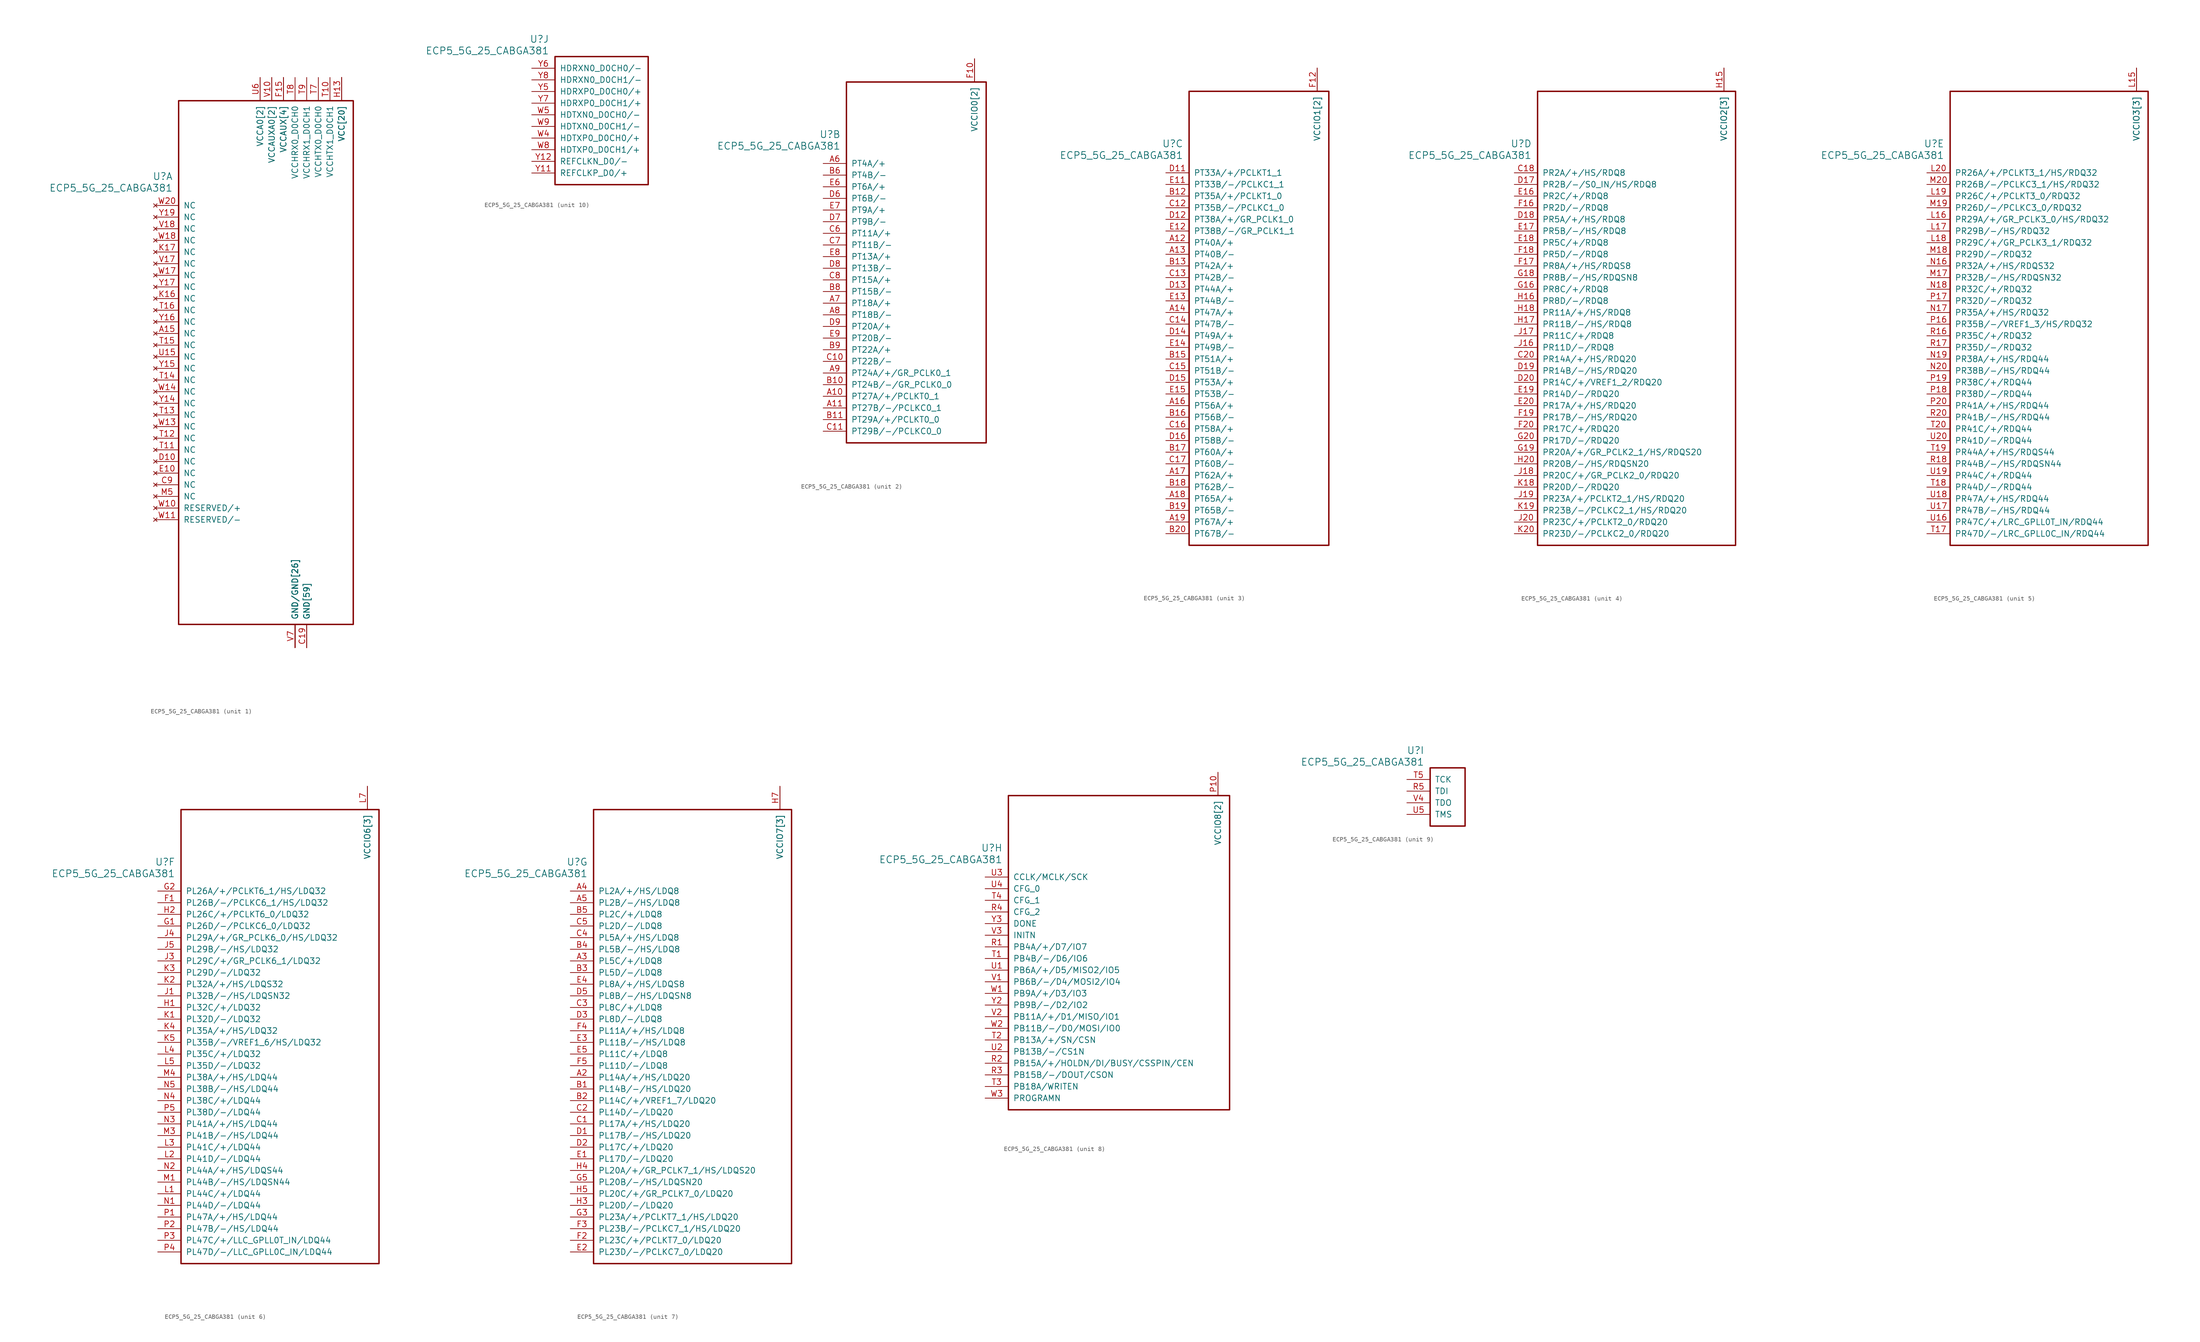
<source format=kicad_sym>
(kicad_symbol_lib
  (version 20211014)
  (generator kicad_symbol_editor)
  (symbol "ECP5_5G_25_CABGA381"
    (pin_names
      (offset 1.016))
    (property "Reference" "U"
      (at 3.81 6.35 0)
      (effects (font (size 1.524 1.524)) (justify right)))
    (property "Value" "ECP5_5G_25_CABGA381"
      (at 3.81 3.81 0)
      (effects (font (size 1.524 1.524)) (justify right)))
    (property "ki_locked" ""
      (at 0 0 0)
      (effects (font (size 1.27 1.27))))
    (symbol "ECP5_5G_25_CABGA381_1_1"
      (rectangle (start 5.08 22.86) (end 43.18 -91.44) (stroke (width 0.305) (type default) (color 0 0 0 0)) (fill (type none)))
      (pin no_connect line (at 0 -27.94 0) (length 5.08) (name "NC" (effects (font (size 1.27 1.27)))) (number "A15" (effects (font (size 1.27 1.27)))))
      (pin power_in line (at 33.02 -96.52 90) (length 5.08) (name "GND[59]" (effects (font (size 1.27 1.27)))) (number "B14" (effects (font (size 0 0)))))
      (pin power_in line (at 33.02 -96.52 90) (length 5.08) (name "GND[59]" (effects (font (size 1.27 1.27)))) (number "B7" (effects (font (size 0 0)))))
      (pin power_in line (at 33.02 -96.52 90) (length 5.08) (name "GND[59]" (effects (font (size 1.27 1.27)))) (number "C19" (effects (font (size 1.27 1.27)))))
      (pin no_connect line (at 0 -60.96 0) (length 5.08) (name "NC" (effects (font (size 1.27 1.27)))) (number "C9" (effects (font (size 1.27 1.27)))))
      (pin no_connect line (at 0 -55.88 0) (length 5.08) (name "NC" (effects (font (size 1.27 1.27)))) (number "D10" (effects (font (size 1.27 1.27)))))
      (pin power_in line (at 33.02 -96.52 90) (length 5.08) (name "GND[59]" (effects (font (size 1.27 1.27)))) (number "D4" (effects (font (size 0 0)))))
      (pin no_connect line (at 0 -58.42 0) (length 5.08) (name "NC" (effects (font (size 1.27 1.27)))) (number "E10" (effects (font (size 1.27 1.27)))))
      (pin power_in line (at 33.02 -96.52 90) (length 5.08) (name "GND[59]" (effects (font (size 1.27 1.27)))) (number "F13" (effects (font (size 0 0)))))
      (pin power_in line (at 33.02 -96.52 90) (length 5.08) (name "GND[59]" (effects (font (size 1.27 1.27)))) (number "F14" (effects (font (size 0 0)))))
      (pin power_in line (at 27.94 27.94 270) (length 5.08) (name "VCCAUX[4]" (effects (font (size 1.27 1.27)))) (number "F15" (effects (font (size 1.27 1.27)))))
      (pin power_in line (at 27.94 27.94 270) (length 5.08) (name "VCCAUX[4]" (effects (font (size 1.27 1.27)))) (number "F6" (effects (font (size 0 0)))))
      (pin power_in line (at 33.02 -96.52 90) (length 5.08) (name "GND[59]" (effects (font (size 1.27 1.27)))) (number "F7" (effects (font (size 0 0)))))
      (pin power_in line (at 33.02 -96.52 90) (length 5.08) (name "GND[59]" (effects (font (size 1.27 1.27)))) (number "F8" (effects (font (size 0 0)))))
      (pin power_in line (at 33.02 -96.52 90) (length 5.08) (name "GND[59]" (effects (font (size 1.27 1.27)))) (number "G10" (effects (font (size 0 0)))))
      (pin power_in line (at 33.02 -96.52 90) (length 5.08) (name "GND[59]" (effects (font (size 1.27 1.27)))) (number "G11" (effects (font (size 0 0)))))
      (pin power_in line (at 33.02 -96.52 90) (length 5.08) (name "GND[59]" (effects (font (size 1.27 1.27)))) (number "G12" (effects (font (size 0 0)))))
      (pin power_in line (at 33.02 -96.52 90) (length 5.08) (name "GND[59]" (effects (font (size 1.27 1.27)))) (number "G13" (effects (font (size 0 0)))))
      (pin power_in line (at 33.02 -96.52 90) (length 5.08) (name "GND[59]" (effects (font (size 1.27 1.27)))) (number "G14" (effects (font (size 0 0)))))
      (pin power_in line (at 33.02 -96.52 90) (length 5.08) (name "GND[59]" (effects (font (size 1.27 1.27)))) (number "G15" (effects (font (size 0 0)))))
      (pin power_in line (at 33.02 -96.52 90) (length 5.08) (name "GND[59]" (effects (font (size 1.27 1.27)))) (number "G17" (effects (font (size 0 0)))))
      (pin power_in line (at 33.02 -96.52 90) (length 5.08) (name "GND[59]" (effects (font (size 1.27 1.27)))) (number "G4" (effects (font (size 0 0)))))
      (pin power_in line (at 33.02 -96.52 90) (length 5.08) (name "GND[59]" (effects (font (size 1.27 1.27)))) (number "G6" (effects (font (size 0 0)))))
      (pin power_in line (at 33.02 -96.52 90) (length 5.08) (name "GND[59]" (effects (font (size 1.27 1.27)))) (number "G7" (effects (font (size 0 0)))))
      (pin power_in line (at 33.02 -96.52 90) (length 5.08) (name "GND[59]" (effects (font (size 1.27 1.27)))) (number "G8" (effects (font (size 0 0)))))
      (pin power_in line (at 33.02 -96.52 90) (length 5.08) (name "GND[59]" (effects (font (size 1.27 1.27)))) (number "G9" (effects (font (size 0 0)))))
      (pin power_in line (at 40.64 27.94 270) (length 5.08) (name "VCC[20]" (effects (font (size 1.27 1.27)))) (number "H10" (effects (font (size 0 0)))))
      (pin power_in line (at 40.64 27.94 270) (length 5.08) (name "VCC[20]" (effects (font (size 1.27 1.27)))) (number "H11" (effects (font (size 0 0)))))
      (pin power_in line (at 40.64 27.94 270) (length 5.08) (name "VCC[20]" (effects (font (size 1.27 1.27)))) (number "H12" (effects (font (size 0 0)))))
      (pin power_in line (at 40.64 27.94 270) (length 5.08) (name "VCC[20]" (effects (font (size 1.27 1.27)))) (number "H13" (effects (font (size 1.27 1.27)))))
      (pin power_in line (at 33.02 -96.52 90) (length 5.08) (name "GND[59]" (effects (font (size 1.27 1.27)))) (number "H19" (effects (font (size 0 0)))))
      (pin power_in line (at 40.64 27.94 270) (length 5.08) (name "VCC[20]" (effects (font (size 1.27 1.27)))) (number "H8" (effects (font (size 0 0)))))
      (pin power_in line (at 40.64 27.94 270) (length 5.08) (name "VCC[20]" (effects (font (size 1.27 1.27)))) (number "H9" (effects (font (size 0 0)))))
      (pin power_in line (at 33.02 -96.52 90) (length 5.08) (name "GND[59]" (effects (font (size 1.27 1.27)))) (number "J10" (effects (font (size 0 0)))))
      (pin power_in line (at 33.02 -96.52 90) (length 5.08) (name "GND[59]" (effects (font (size 1.27 1.27)))) (number "J11" (effects (font (size 0 0)))))
      (pin power_in line (at 33.02 -96.52 90) (length 5.08) (name "GND[59]" (effects (font (size 1.27 1.27)))) (number "J12" (effects (font (size 0 0)))))
      (pin power_in line (at 40.64 27.94 270) (length 5.08) (name "VCC[20]" (effects (font (size 1.27 1.27)))) (number "J13" (effects (font (size 0 0)))))
      (pin power_in line (at 33.02 -96.52 90) (length 5.08) (name "GND[59]" (effects (font (size 1.27 1.27)))) (number "J14" (effects (font (size 0 0)))))
      (pin power_in line (at 33.02 -96.52 90) (length 5.08) (name "GND[59]" (effects (font (size 1.27 1.27)))) (number "J2" (effects (font (size 0 0)))))
      (pin power_in line (at 33.02 -96.52 90) (length 5.08) (name "GND[59]" (effects (font (size 1.27 1.27)))) (number "J7" (effects (font (size 0 0)))))
      (pin power_in line (at 40.64 27.94 270) (length 5.08) (name "VCC[20]" (effects (font (size 1.27 1.27)))) (number "J8" (effects (font (size 0 0)))))
      (pin power_in line (at 33.02 -96.52 90) (length 5.08) (name "GND[59]" (effects (font (size 1.27 1.27)))) (number "J9" (effects (font (size 0 0)))))
      (pin power_in line (at 33.02 -96.52 90) (length 5.08) (name "GND[59]" (effects (font (size 1.27 1.27)))) (number "K10" (effects (font (size 0 0)))))
      (pin power_in line (at 33.02 -96.52 90) (length 5.08) (name "GND[59]" (effects (font (size 1.27 1.27)))) (number "K11" (effects (font (size 0 0)))))
      (pin power_in line (at 33.02 -96.52 90) (length 5.08) (name "GND[59]" (effects (font (size 1.27 1.27)))) (number "K12" (effects (font (size 0 0)))))
      (pin power_in line (at 40.64 27.94 270) (length 5.08) (name "VCC[20]" (effects (font (size 1.27 1.27)))) (number "K13" (effects (font (size 0 0)))))
      (pin power_in line (at 33.02 -96.52 90) (length 5.08) (name "GND[59]" (effects (font (size 1.27 1.27)))) (number "K14" (effects (font (size 0 0)))))
      (pin power_in line (at 33.02 -96.52 90) (length 5.08) (name "GND[59]" (effects (font (size 1.27 1.27)))) (number "K15" (effects (font (size 0 0)))))
      (pin no_connect line (at 0 -20.32 0) (length 5.08) (name "NC" (effects (font (size 1.27 1.27)))) (number "K16" (effects (font (size 1.27 1.27)))))
      (pin no_connect line (at 0 -10.16 0) (length 5.08) (name "NC" (effects (font (size 1.27 1.27)))) (number "K17" (effects (font (size 1.27 1.27)))))
      (pin power_in line (at 33.02 -96.52 90) (length 5.08) (name "GND[59]" (effects (font (size 1.27 1.27)))) (number "K6" (effects (font (size 0 0)))))
      (pin power_in line (at 33.02 -96.52 90) (length 5.08) (name "GND[59]" (effects (font (size 1.27 1.27)))) (number "K7" (effects (font (size 0 0)))))
      (pin power_in line (at 40.64 27.94 270) (length 5.08) (name "VCC[20]" (effects (font (size 1.27 1.27)))) (number "K8" (effects (font (size 0 0)))))
      (pin power_in line (at 33.02 -96.52 90) (length 5.08) (name "GND[59]" (effects (font (size 1.27 1.27)))) (number "K9" (effects (font (size 0 0)))))
      (pin power_in line (at 33.02 -96.52 90) (length 5.08) (name "GND[59]" (effects (font (size 1.27 1.27)))) (number "L10" (effects (font (size 0 0)))))
      (pin power_in line (at 33.02 -96.52 90) (length 5.08) (name "GND[59]" (effects (font (size 1.27 1.27)))) (number "L11" (effects (font (size 0 0)))))
      (pin power_in line (at 33.02 -96.52 90) (length 5.08) (name "GND[59]" (effects (font (size 1.27 1.27)))) (number "L12" (effects (font (size 0 0)))))
      (pin power_in line (at 40.64 27.94 270) (length 5.08) (name "VCC[20]" (effects (font (size 1.27 1.27)))) (number "L13" (effects (font (size 0 0)))))
      (pin power_in line (at 40.64 27.94 270) (length 5.08) (name "VCC[20]" (effects (font (size 1.27 1.27)))) (number "L8" (effects (font (size 0 0)))))
      (pin power_in line (at 33.02 -96.52 90) (length 5.08) (name "GND[59]" (effects (font (size 1.27 1.27)))) (number "L9" (effects (font (size 0 0)))))
      (pin power_in line (at 33.02 -96.52 90) (length 5.08) (name "GND[59]" (effects (font (size 1.27 1.27)))) (number "M10" (effects (font (size 0 0)))))
      (pin power_in line (at 33.02 -96.52 90) (length 5.08) (name "GND[59]" (effects (font (size 1.27 1.27)))) (number "M11" (effects (font (size 0 0)))))
      (pin power_in line (at 33.02 -96.52 90) (length 5.08) (name "GND[59]" (effects (font (size 1.27 1.27)))) (number "M12" (effects (font (size 0 0)))))
      (pin power_in line (at 40.64 27.94 270) (length 5.08) (name "VCC[20]" (effects (font (size 1.27 1.27)))) (number "M13" (effects (font (size 0 0)))))
      (pin power_in line (at 33.02 -96.52 90) (length 5.08) (name "GND[59]" (effects (font (size 1.27 1.27)))) (number "M14" (effects (font (size 0 0)))))
      (pin power_in line (at 33.02 -96.52 90) (length 5.08) (name "GND[59]" (effects (font (size 1.27 1.27)))) (number "M16" (effects (font (size 0 0)))))
      (pin power_in line (at 33.02 -96.52 90) (length 5.08) (name "GND[59]" (effects (font (size 1.27 1.27)))) (number "M2" (effects (font (size 0 0)))))
      (pin no_connect line (at 0 -63.5 0) (length 5.08) (name "NC" (effects (font (size 1.27 1.27)))) (number "M5" (effects (font (size 1.27 1.27)))))
      (pin power_in line (at 33.02 -96.52 90) (length 5.08) (name "GND[59]" (effects (font (size 1.27 1.27)))) (number "M7" (effects (font (size 0 0)))))
      (pin power_in line (at 40.64 27.94 270) (length 5.08) (name "VCC[20]" (effects (font (size 1.27 1.27)))) (number "M8" (effects (font (size 0 0)))))
      (pin power_in line (at 33.02 -96.52 90) (length 5.08) (name "GND[59]" (effects (font (size 1.27 1.27)))) (number "M9" (effects (font (size 0 0)))))
      (pin power_in line (at 40.64 27.94 270) (length 5.08) (name "VCC[20]" (effects (font (size 1.27 1.27)))) (number "N10" (effects (font (size 0 0)))))
      (pin power_in line (at 40.64 27.94 270) (length 5.08) (name "VCC[20]" (effects (font (size 1.27 1.27)))) (number "N11" (effects (font (size 0 0)))))
      (pin power_in line (at 40.64 27.94 270) (length 5.08) (name "VCC[20]" (effects (font (size 1.27 1.27)))) (number "N12" (effects (font (size 0 0)))))
      (pin power_in line (at 40.64 27.94 270) (length 5.08) (name "VCC[20]" (effects (font (size 1.27 1.27)))) (number "N13" (effects (font (size 0 0)))))
      (pin power_in line (at 33.02 -96.52 90) (length 5.08) (name "GND[59]" (effects (font (size 1.27 1.27)))) (number "N14" (effects (font (size 0 0)))))
      (pin power_in line (at 33.02 -96.52 90) (length 5.08) (name "GND[59]" (effects (font (size 1.27 1.27)))) (number "N15" (effects (font (size 0 0)))))
      (pin power_in line (at 33.02 -96.52 90) (length 5.08) (name "GND[59]" (effects (font (size 1.27 1.27)))) (number "N6" (effects (font (size 0 0)))))
      (pin power_in line (at 33.02 -96.52 90) (length 5.08) (name "GND[59]" (effects (font (size 1.27 1.27)))) (number "N7" (effects (font (size 0 0)))))
      (pin power_in line (at 40.64 27.94 270) (length 5.08) (name "VCC[20]" (effects (font (size 1.27 1.27)))) (number "N8" (effects (font (size 0 0)))))
      (pin power_in line (at 40.64 27.94 270) (length 5.08) (name "VCC[20]" (effects (font (size 1.27 1.27)))) (number "N9" (effects (font (size 0 0)))))
      (pin power_in line (at 33.02 -96.52 90) (length 5.08) (name "GND[59]" (effects (font (size 1.27 1.27)))) (number "P11" (effects (font (size 0 0)))))
      (pin power_in line (at 33.02 -96.52 90) (length 5.08) (name "GND[59]" (effects (font (size 1.27 1.27)))) (number "P12" (effects (font (size 0 0)))))
      (pin power_in line (at 33.02 -96.52 90) (length 5.08) (name "GND[59]" (effects (font (size 1.27 1.27)))) (number "P13" (effects (font (size 0 0)))))
      (pin power_in line (at 33.02 -96.52 90) (length 5.08) (name "GND[59]" (effects (font (size 1.27 1.27)))) (number "P14" (effects (font (size 0 0)))))
      (pin power_in line (at 27.94 27.94 270) (length 5.08) (name "VCCAUX[4]" (effects (font (size 1.27 1.27)))) (number "P15" (effects (font (size 0 0)))))
      (pin power_in line (at 27.94 27.94 270) (length 5.08) (name "VCCAUX[4]" (effects (font (size 1.27 1.27)))) (number "P6" (effects (font (size 0 0)))))
      (pin power_in line (at 33.02 -96.52 90) (length 5.08) (name "GND[59]" (effects (font (size 1.27 1.27)))) (number "P7" (effects (font (size 0 0)))))
      (pin power_in line (at 33.02 -96.52 90) (length 5.08) (name "GND[59]" (effects (font (size 1.27 1.27)))) (number "P8" (effects (font (size 0 0)))))
      (pin power_in line (at 33.02 -96.52 90) (length 5.08) (name "GND[59]" (effects (font (size 1.27 1.27)))) (number "R19" (effects (font (size 0 0)))))
      (pin power_in line (at 38.1 27.94 270) (length 5.08) (name "VCCHTX1_D0CH1" (effects (font (size 1.27 1.27)))) (number "T10" (effects (font (size 1.27 1.27)))))
      (pin no_connect line (at 0 -53.34 0) (length 5.08) (name "NC" (effects (font (size 1.27 1.27)))) (number "T11" (effects (font (size 1.27 1.27)))))
      (pin no_connect line (at 0 -50.8 0) (length 5.08) (name "NC" (effects (font (size 1.27 1.27)))) (number "T12" (effects (font (size 1.27 1.27)))))
      (pin no_connect line (at 0 -45.72 0) (length 5.08) (name "NC" (effects (font (size 1.27 1.27)))) (number "T13" (effects (font (size 1.27 1.27)))))
      (pin no_connect line (at 0 -38.1 0) (length 5.08) (name "NC" (effects (font (size 1.27 1.27)))) (number "T14" (effects (font (size 1.27 1.27)))))
      (pin no_connect line (at 0 -30.48 0) (length 5.08) (name "NC" (effects (font (size 1.27 1.27)))) (number "T15" (effects (font (size 1.27 1.27)))))
      (pin no_connect line (at 0 -22.86 0) (length 5.08) (name "NC" (effects (font (size 1.27 1.27)))) (number "T16" (effects (font (size 1.27 1.27)))))
      (pin power_in line (at 22.86 27.94 270) (length 5.08) (name "VCCA0[2]" (effects (font (size 1.27 1.27)))) (number "T6" (effects (font (size 0 0)))))
      (pin power_in line (at 35.56 27.94 270) (length 5.08) (name "VCCHTX0_D0CH0" (effects (font (size 1.27 1.27)))) (number "T7" (effects (font (size 1.27 1.27)))))
      (pin power_in line (at 30.48 27.94 270) (length 5.08) (name "VCCHRX0_D0CH0" (effects (font (size 1.27 1.27)))) (number "T8" (effects (font (size 1.27 1.27)))))
      (pin power_in line (at 33.02 27.94 270) (length 5.08) (name "VCCHRX1_D0CH1" (effects (font (size 1.27 1.27)))) (number "T9" (effects (font (size 1.27 1.27)))))
      (pin power_in line (at 30.48 -96.52 90) (length 5.08) (name "GND/GND[26]" (effects (font (size 1.27 1.27)))) (number "U10" (effects (font (size 0 0)))))
      (pin power_in line (at 30.48 -96.52 90) (length 5.08) (name "GND/GND[26]" (effects (font (size 1.27 1.27)))) (number "U11" (effects (font (size 0 0)))))
      (pin power_in line (at 30.48 -96.52 90) (length 5.08) (name "GND/GND[26]" (effects (font (size 1.27 1.27)))) (number "U12" (effects (font (size 0 0)))))
      (pin power_in line (at 30.48 -96.52 90) (length 5.08) (name "GND/GND[26]" (effects (font (size 1.27 1.27)))) (number "U13" (effects (font (size 0 0)))))
      (pin power_in line (at 30.48 -96.52 90) (length 5.08) (name "GND/GND[26]" (effects (font (size 1.27 1.27)))) (number "U14" (effects (font (size 0 0)))))
      (pin no_connect line (at 0 -33.02 0) (length 5.08) (name "NC" (effects (font (size 1.27 1.27)))) (number "U15" (effects (font (size 1.27 1.27)))))
      (pin power_in line (at 22.86 27.94 270) (length 5.08) (name "VCCA0[2]" (effects (font (size 1.27 1.27)))) (number "U6" (effects (font (size 1.27 1.27)))))
      (pin power_in line (at 30.48 -96.52 90) (length 5.08) (name "GND/GND[26]" (effects (font (size 1.27 1.27)))) (number "U7" (effects (font (size 0 0)))))
      (pin power_in line (at 30.48 -96.52 90) (length 5.08) (name "GND/GND[26]" (effects (font (size 1.27 1.27)))) (number "U8" (effects (font (size 0 0)))))
      (pin power_in line (at 30.48 -96.52 90) (length 5.08) (name "GND/GND[26]" (effects (font (size 1.27 1.27)))) (number "U9" (effects (font (size 0 0)))))
      (pin power_in line (at 25.4 27.94 270) (length 5.08) (name "VCCAUXA0[2]" (effects (font (size 1.27 1.27)))) (number "V10" (effects (font (size 1.27 1.27)))))
      (pin power_in line (at 25.4 27.94 270) (length 5.08) (name "VCCAUXA0[2]" (effects (font (size 1.27 1.27)))) (number "V11" (effects (font (size 0 0)))))
      (pin power_in line (at 30.48 -96.52 90) (length 5.08) (name "GND/GND[26]" (effects (font (size 1.27 1.27)))) (number "V12" (effects (font (size 0 0)))))
      (pin power_in line (at 30.48 -96.52 90) (length 5.08) (name "GND/GND[26]" (effects (font (size 1.27 1.27)))) (number "V13" (effects (font (size 0 0)))))
      (pin power_in line (at 30.48 -96.52 90) (length 5.08) (name "GND/GND[26]" (effects (font (size 1.27 1.27)))) (number "V14" (effects (font (size 0 0)))))
      (pin power_in line (at 30.48 -96.52 90) (length 5.08) (name "GND/GND[26]" (effects (font (size 1.27 1.27)))) (number "V15" (effects (font (size 0 0)))))
      (pin power_in line (at 30.48 -96.52 90) (length 5.08) (name "GND/GND[26]" (effects (font (size 1.27 1.27)))) (number "V16" (effects (font (size 0 0)))))
      (pin no_connect line (at 0 -12.7 0) (length 5.08) (name "NC" (effects (font (size 1.27 1.27)))) (number "V17" (effects (font (size 1.27 1.27)))))
      (pin no_connect line (at 0 -5.08 0) (length 5.08) (name "NC" (effects (font (size 1.27 1.27)))) (number "V18" (effects (font (size 1.27 1.27)))))
      (pin power_in line (at 30.48 -96.52 90) (length 5.08) (name "GND/GND[26]" (effects (font (size 1.27 1.27)))) (number "V19" (effects (font (size 0 0)))))
      (pin power_in line (at 30.48 -96.52 90) (length 5.08) (name "GND/GND[26]" (effects (font (size 1.27 1.27)))) (number "V20" (effects (font (size 0 0)))))
      (pin power_in line (at 30.48 -96.52 90) (length 5.08) (name "GND/GND[26]" (effects (font (size 1.27 1.27)))) (number "V5" (effects (font (size 0 0)))))
      (pin power_in line (at 30.48 -96.52 90) (length 5.08) (name "GND/GND[26]" (effects (font (size 1.27 1.27)))) (number "V6" (effects (font (size 0 0)))))
      (pin power_in line (at 30.48 -96.52 90) (length 5.08) (name "GND/GND[26]" (effects (font (size 1.27 1.27)))) (number "V7" (effects (font (size 1.27 1.27)))))
      (pin power_in line (at 30.48 -96.52 90) (length 5.08) (name "GND/GND[26]" (effects (font (size 1.27 1.27)))) (number "V8" (effects (font (size 0 0)))))
      (pin power_in line (at 30.48 -96.52 90) (length 5.08) (name "GND/GND[26]" (effects (font (size 1.27 1.27)))) (number "V9" (effects (font (size 0 0)))))
      (pin no_connect line (at 0 -66.04 0) (length 5.08) (name "RESERVED/+" (effects (font (size 1.27 1.27)))) (number "W10" (effects (font (size 1.27 1.27)))))
      (pin no_connect line (at 0 -68.58 0) (length 5.08) (name "RESERVED/-" (effects (font (size 1.27 1.27)))) (number "W11" (effects (font (size 1.27 1.27)))))
      (pin power_in line (at 30.48 -96.52 90) (length 5.08) (name "GND/GND[26]" (effects (font (size 1.27 1.27)))) (number "W12" (effects (font (size 0 0)))))
      (pin no_connect line (at 0 -48.26 0) (length 5.08) (name "NC" (effects (font (size 1.27 1.27)))) (number "W13" (effects (font (size 1.27 1.27)))))
      (pin no_connect line (at 0 -40.64 0) (length 5.08) (name "NC" (effects (font (size 1.27 1.27)))) (number "W14" (effects (font (size 1.27 1.27)))))
      (pin power_in line (at 30.48 -96.52 90) (length 5.08) (name "GND/GND[26]" (effects (font (size 1.27 1.27)))) (number "W15" (effects (font (size 0 0)))))
      (pin power_in line (at 30.48 -96.52 90) (length 5.08) (name "GND/GND[26]" (effects (font (size 1.27 1.27)))) (number "W16" (effects (font (size 0 0)))))
      (pin no_connect line (at 0 -15.24 0) (length 5.08) (name "NC" (effects (font (size 1.27 1.27)))) (number "W17" (effects (font (size 1.27 1.27)))))
      (pin no_connect line (at 0 -7.62 0) (length 5.08) (name "NC" (effects (font (size 1.27 1.27)))) (number "W18" (effects (font (size 1.27 1.27)))))
      (pin power_in line (at 30.48 -96.52 90) (length 5.08) (name "GND/GND[26]" (effects (font (size 1.27 1.27)))) (number "W19" (effects (font (size 0 0)))))
      (pin no_connect line (at 0 0 0) (length 5.08) (name "NC" (effects (font (size 1.27 1.27)))) (number "W20" (effects (font (size 1.27 1.27)))))
      (pin power_in line (at 30.48 -96.52 90) (length 5.08) (name "GND/GND[26]" (effects (font (size 1.27 1.27)))) (number "W6" (effects (font (size 0 0)))))
      (pin power_in line (at 30.48 -96.52 90) (length 5.08) (name "GND/GND[26]" (effects (font (size 1.27 1.27)))) (number "W7" (effects (font (size 0 0)))))
      (pin no_connect line (at 0 -43.18 0) (length 5.08) (name "NC" (effects (font (size 1.27 1.27)))) (number "Y14" (effects (font (size 1.27 1.27)))))
      (pin no_connect line (at 0 -35.56 0) (length 5.08) (name "NC" (effects (font (size 1.27 1.27)))) (number "Y15" (effects (font (size 1.27 1.27)))))
      (pin no_connect line (at 0 -25.4 0) (length 5.08) (name "NC" (effects (font (size 1.27 1.27)))) (number "Y16" (effects (font (size 1.27 1.27)))))
      (pin no_connect line (at 0 -17.78 0) (length 5.08) (name "NC" (effects (font (size 1.27 1.27)))) (number "Y17" (effects (font (size 1.27 1.27)))))
      (pin no_connect line (at 0 -2.54 0) (length 5.08) (name "NC" (effects (font (size 1.27 1.27)))) (number "Y19" (effects (font (size 1.27 1.27))))))
    (symbol "ECP5_5G_25_CABGA381_2_1"
      (rectangle (start 5.08 17.78) (end 35.56 -60.96) (stroke (width 0.305) (type default) (color 0 0 0 0)) (fill (type none)))
      (pin bidirectional line (at 0 -50.8 0) (length 5.08) (name "PT27A/+/PCLKT0_1" (effects (font (size 1.27 1.27)))) (number "A10" (effects (font (size 1.27 1.27)))))
      (pin bidirectional line (at 0 -53.34 0) (length 5.08) (name "PT27B/-/PCLKC0_1" (effects (font (size 1.27 1.27)))) (number "A11" (effects (font (size 1.27 1.27)))))
      (pin bidirectional line (at 0 0 0) (length 5.08) (name "PT4A/+" (effects (font (size 1.27 1.27)))) (number "A6" (effects (font (size 1.27 1.27)))))
      (pin bidirectional line (at 0 -30.48 0) (length 5.08) (name "PT18A/+" (effects (font (size 1.27 1.27)))) (number "A7" (effects (font (size 1.27 1.27)))))
      (pin bidirectional line (at 0 -33.02 0) (length 5.08) (name "PT18B/-" (effects (font (size 1.27 1.27)))) (number "A8" (effects (font (size 1.27 1.27)))))
      (pin bidirectional line (at 0 -45.72 0) (length 5.08) (name "PT24A/+/GR_PCLK0_1" (effects (font (size 1.27 1.27)))) (number "A9" (effects (font (size 1.27 1.27)))))
      (pin bidirectional line (at 0 -48.26 0) (length 5.08) (name "PT24B/-/GR_PCLK0_0" (effects (font (size 1.27 1.27)))) (number "B10" (effects (font (size 1.27 1.27)))))
      (pin bidirectional line (at 0 -55.88 0) (length 5.08) (name "PT29A/+/PCLKT0_0" (effects (font (size 1.27 1.27)))) (number "B11" (effects (font (size 1.27 1.27)))))
      (pin bidirectional line (at 0 -2.54 0) (length 5.08) (name "PT4B/-" (effects (font (size 1.27 1.27)))) (number "B6" (effects (font (size 1.27 1.27)))))
      (pin bidirectional line (at 0 -27.94 0) (length 5.08) (name "PT15B/-" (effects (font (size 1.27 1.27)))) (number "B8" (effects (font (size 1.27 1.27)))))
      (pin bidirectional line (at 0 -40.64 0) (length 5.08) (name "PT22A/+" (effects (font (size 1.27 1.27)))) (number "B9" (effects (font (size 1.27 1.27)))))
      (pin bidirectional line (at 0 -43.18 0) (length 5.08) (name "PT22B/-" (effects (font (size 1.27 1.27)))) (number "C10" (effects (font (size 1.27 1.27)))))
      (pin bidirectional line (at 0 -58.42 0) (length 5.08) (name "PT29B/-/PCLKC0_0" (effects (font (size 1.27 1.27)))) (number "C11" (effects (font (size 1.27 1.27)))))
      (pin bidirectional line (at 0 -15.24 0) (length 5.08) (name "PT11A/+" (effects (font (size 1.27 1.27)))) (number "C6" (effects (font (size 1.27 1.27)))))
      (pin bidirectional line (at 0 -17.78 0) (length 5.08) (name "PT11B/-" (effects (font (size 1.27 1.27)))) (number "C7" (effects (font (size 1.27 1.27)))))
      (pin bidirectional line (at 0 -25.4 0) (length 5.08) (name "PT15A/+" (effects (font (size 1.27 1.27)))) (number "C8" (effects (font (size 1.27 1.27)))))
      (pin bidirectional line (at 0 -7.62 0) (length 5.08) (name "PT6B/-" (effects (font (size 1.27 1.27)))) (number "D6" (effects (font (size 1.27 1.27)))))
      (pin bidirectional line (at 0 -12.7 0) (length 5.08) (name "PT9B/-" (effects (font (size 1.27 1.27)))) (number "D7" (effects (font (size 1.27 1.27)))))
      (pin bidirectional line (at 0 -22.86 0) (length 5.08) (name "PT13B/-" (effects (font (size 1.27 1.27)))) (number "D8" (effects (font (size 1.27 1.27)))))
      (pin bidirectional line (at 0 -35.56 0) (length 5.08) (name "PT20A/+" (effects (font (size 1.27 1.27)))) (number "D9" (effects (font (size 1.27 1.27)))))
      (pin bidirectional line (at 0 -5.08 0) (length 5.08) (name "PT6A/+" (effects (font (size 1.27 1.27)))) (number "E6" (effects (font (size 1.27 1.27)))))
      (pin bidirectional line (at 0 -10.16 0) (length 5.08) (name "PT9A/+" (effects (font (size 1.27 1.27)))) (number "E7" (effects (font (size 1.27 1.27)))))
      (pin bidirectional line (at 0 -20.32 0) (length 5.08) (name "PT13A/+" (effects (font (size 1.27 1.27)))) (number "E8" (effects (font (size 1.27 1.27)))))
      (pin bidirectional line (at 0 -38.1 0) (length 5.08) (name "PT20B/-" (effects (font (size 1.27 1.27)))) (number "E9" (effects (font (size 1.27 1.27)))))
      (pin power_in line (at 33.02 22.86 270) (length 5.08) (name "VCCIO0[2]" (effects (font (size 1.27 1.27)))) (number "F10" (effects (font (size 1.27 1.27)))))
      (pin power_in line (at 33.02 22.86 270) (length 5.08) (name "VCCIO0[2]" (effects (font (size 1.27 1.27)))) (number "F9" (effects (font (size 0 0))))))
    (symbol "ECP5_5G_25_CABGA381_3_1"
      (rectangle (start 5.08 17.78) (end 35.56 -81.28) (stroke (width 0.305) (type default) (color 0 0 0 0)) (fill (type none)))
      (pin bidirectional line (at 0 -15.24 0) (length 5.08) (name "PT40A/+" (effects (font (size 1.27 1.27)))) (number "A12" (effects (font (size 1.27 1.27)))))
      (pin bidirectional line (at 0 -17.78 0) (length 5.08) (name "PT40B/-" (effects (font (size 1.27 1.27)))) (number "A13" (effects (font (size 1.27 1.27)))))
      (pin bidirectional line (at 0 -30.48 0) (length 5.08) (name "PT47A/+" (effects (font (size 1.27 1.27)))) (number "A14" (effects (font (size 1.27 1.27)))))
      (pin bidirectional line (at 0 -50.8 0) (length 5.08) (name "PT56A/+" (effects (font (size 1.27 1.27)))) (number "A16" (effects (font (size 1.27 1.27)))))
      (pin bidirectional line (at 0 -66.04 0) (length 5.08) (name "PT62A/+" (effects (font (size 1.27 1.27)))) (number "A17" (effects (font (size 1.27 1.27)))))
      (pin bidirectional line (at 0 -71.12 0) (length 5.08) (name "PT65A/+" (effects (font (size 1.27 1.27)))) (number "A18" (effects (font (size 1.27 1.27)))))
      (pin bidirectional line (at 0 -76.2 0) (length 5.08) (name "PT67A/+" (effects (font (size 1.27 1.27)))) (number "A19" (effects (font (size 1.27 1.27)))))
      (pin bidirectional line (at 0 -5.08 0) (length 5.08) (name "PT35A/+/PCLKT1_0" (effects (font (size 1.27 1.27)))) (number "B12" (effects (font (size 1.27 1.27)))))
      (pin bidirectional line (at 0 -20.32 0) (length 5.08) (name "PT42A/+" (effects (font (size 1.27 1.27)))) (number "B13" (effects (font (size 1.27 1.27)))))
      (pin bidirectional line (at 0 -40.64 0) (length 5.08) (name "PT51A/+" (effects (font (size 1.27 1.27)))) (number "B15" (effects (font (size 1.27 1.27)))))
      (pin bidirectional line (at 0 -53.34 0) (length 5.08) (name "PT56B/-" (effects (font (size 1.27 1.27)))) (number "B16" (effects (font (size 1.27 1.27)))))
      (pin bidirectional line (at 0 -60.96 0) (length 5.08) (name "PT60A/+" (effects (font (size 1.27 1.27)))) (number "B17" (effects (font (size 1.27 1.27)))))
      (pin bidirectional line (at 0 -68.58 0) (length 5.08) (name "PT62B/-" (effects (font (size 1.27 1.27)))) (number "B18" (effects (font (size 1.27 1.27)))))
      (pin bidirectional line (at 0 -73.66 0) (length 5.08) (name "PT65B/-" (effects (font (size 1.27 1.27)))) (number "B19" (effects (font (size 1.27 1.27)))))
      (pin bidirectional line (at 0 -78.74 0) (length 5.08) (name "PT67B/-" (effects (font (size 1.27 1.27)))) (number "B20" (effects (font (size 1.27 1.27)))))
      (pin bidirectional line (at 0 -7.62 0) (length 5.08) (name "PT35B/-/PCLKC1_0" (effects (font (size 1.27 1.27)))) (number "C12" (effects (font (size 1.27 1.27)))))
      (pin bidirectional line (at 0 -22.86 0) (length 5.08) (name "PT42B/-" (effects (font (size 1.27 1.27)))) (number "C13" (effects (font (size 1.27 1.27)))))
      (pin bidirectional line (at 0 -33.02 0) (length 5.08) (name "PT47B/-" (effects (font (size 1.27 1.27)))) (number "C14" (effects (font (size 1.27 1.27)))))
      (pin bidirectional line (at 0 -43.18 0) (length 5.08) (name "PT51B/-" (effects (font (size 1.27 1.27)))) (number "C15" (effects (font (size 1.27 1.27)))))
      (pin bidirectional line (at 0 -55.88 0) (length 5.08) (name "PT58A/+" (effects (font (size 1.27 1.27)))) (number "C16" (effects (font (size 1.27 1.27)))))
      (pin bidirectional line (at 0 -63.5 0) (length 5.08) (name "PT60B/-" (effects (font (size 1.27 1.27)))) (number "C17" (effects (font (size 1.27 1.27)))))
      (pin bidirectional line (at 0 0 0) (length 5.08) (name "PT33A/+/PCLKT1_1" (effects (font (size 1.27 1.27)))) (number "D11" (effects (font (size 1.27 1.27)))))
      (pin bidirectional line (at 0 -10.16 0) (length 5.08) (name "PT38A/+/GR_PCLK1_0" (effects (font (size 1.27 1.27)))) (number "D12" (effects (font (size 1.27 1.27)))))
      (pin bidirectional line (at 0 -25.4 0) (length 5.08) (name "PT44A/+" (effects (font (size 1.27 1.27)))) (number "D13" (effects (font (size 1.27 1.27)))))
      (pin bidirectional line (at 0 -35.56 0) (length 5.08) (name "PT49A/+" (effects (font (size 1.27 1.27)))) (number "D14" (effects (font (size 1.27 1.27)))))
      (pin bidirectional line (at 0 -45.72 0) (length 5.08) (name "PT53A/+" (effects (font (size 1.27 1.27)))) (number "D15" (effects (font (size 1.27 1.27)))))
      (pin bidirectional line (at 0 -58.42 0) (length 5.08) (name "PT58B/-" (effects (font (size 1.27 1.27)))) (number "D16" (effects (font (size 1.27 1.27)))))
      (pin bidirectional line (at 0 -2.54 0) (length 5.08) (name "PT33B/-/PCLKC1_1" (effects (font (size 1.27 1.27)))) (number "E11" (effects (font (size 1.27 1.27)))))
      (pin bidirectional line (at 0 -12.7 0) (length 5.08) (name "PT38B/-/GR_PCLK1_1" (effects (font (size 1.27 1.27)))) (number "E12" (effects (font (size 1.27 1.27)))))
      (pin bidirectional line (at 0 -27.94 0) (length 5.08) (name "PT44B/-" (effects (font (size 1.27 1.27)))) (number "E13" (effects (font (size 1.27 1.27)))))
      (pin bidirectional line (at 0 -38.1 0) (length 5.08) (name "PT49B/-" (effects (font (size 1.27 1.27)))) (number "E14" (effects (font (size 1.27 1.27)))))
      (pin bidirectional line (at 0 -48.26 0) (length 5.08) (name "PT53B/-" (effects (font (size 1.27 1.27)))) (number "E15" (effects (font (size 1.27 1.27)))))
      (pin power_in line (at 33.02 22.86 270) (length 5.08) (name "VCCIO1[2]" (effects (font (size 1.27 1.27)))) (number "F11" (effects (font (size 0 0)))))
      (pin power_in line (at 33.02 22.86 270) (length 5.08) (name "VCCIO1[2]" (effects (font (size 1.27 1.27)))) (number "F12" (effects (font (size 1.27 1.27))))))
    (symbol "ECP5_5G_25_CABGA381_4_1"
      (rectangle (start 5.08 17.78) (end 48.26 -81.28) (stroke (width 0.305) (type default) (color 0 0 0 0)) (fill (type none)))
      (pin bidirectional line (at 0 0 0) (length 5.08) (name "PR2A/+/HS/RDQ8" (effects (font (size 1.27 1.27)))) (number "C18" (effects (font (size 1.27 1.27)))))
      (pin bidirectional line (at 0 -40.64 0) (length 5.08) (name "PR14A/+/HS/RDQ20" (effects (font (size 1.27 1.27)))) (number "C20" (effects (font (size 1.27 1.27)))))
      (pin bidirectional line (at 0 -2.54 0) (length 5.08) (name "PR2B/-/S0_IN/HS/RDQ8" (effects (font (size 1.27 1.27)))) (number "D17" (effects (font (size 1.27 1.27)))))
      (pin bidirectional line (at 0 -10.16 0) (length 5.08) (name "PR5A/+/HS/RDQ8" (effects (font (size 1.27 1.27)))) (number "D18" (effects (font (size 1.27 1.27)))))
      (pin bidirectional line (at 0 -43.18 0) (length 5.08) (name "PR14B/-/HS/RDQ20" (effects (font (size 1.27 1.27)))) (number "D19" (effects (font (size 1.27 1.27)))))
      (pin bidirectional line (at 0 -45.72 0) (length 5.08) (name "PR14C/+/VREF1_2/RDQ20" (effects (font (size 1.27 1.27)))) (number "D20" (effects (font (size 1.27 1.27)))))
      (pin bidirectional line (at 0 -5.08 0) (length 5.08) (name "PR2C/+/RDQ8" (effects (font (size 1.27 1.27)))) (number "E16" (effects (font (size 1.27 1.27)))))
      (pin bidirectional line (at 0 -12.7 0) (length 5.08) (name "PR5B/-/HS/RDQ8" (effects (font (size 1.27 1.27)))) (number "E17" (effects (font (size 1.27 1.27)))))
      (pin bidirectional line (at 0 -15.24 0) (length 5.08) (name "PR5C/+/RDQ8" (effects (font (size 1.27 1.27)))) (number "E18" (effects (font (size 1.27 1.27)))))
      (pin bidirectional line (at 0 -48.26 0) (length 5.08) (name "PR14D/-/RDQ20" (effects (font (size 1.27 1.27)))) (number "E19" (effects (font (size 1.27 1.27)))))
      (pin bidirectional line (at 0 -50.8 0) (length 5.08) (name "PR17A/+/HS/RDQ20" (effects (font (size 1.27 1.27)))) (number "E20" (effects (font (size 1.27 1.27)))))
      (pin bidirectional line (at 0 -7.62 0) (length 5.08) (name "PR2D/-/RDQ8" (effects (font (size 1.27 1.27)))) (number "F16" (effects (font (size 1.27 1.27)))))
      (pin bidirectional line (at 0 -20.32 0) (length 5.08) (name "PR8A/+/HS/RDQS8" (effects (font (size 1.27 1.27)))) (number "F17" (effects (font (size 1.27 1.27)))))
      (pin bidirectional line (at 0 -17.78 0) (length 5.08) (name "PR5D/-/RDQ8" (effects (font (size 1.27 1.27)))) (number "F18" (effects (font (size 1.27 1.27)))))
      (pin bidirectional line (at 0 -53.34 0) (length 5.08) (name "PR17B/-/HS/RDQ20" (effects (font (size 1.27 1.27)))) (number "F19" (effects (font (size 1.27 1.27)))))
      (pin bidirectional line (at 0 -55.88 0) (length 5.08) (name "PR17C/+/RDQ20" (effects (font (size 1.27 1.27)))) (number "F20" (effects (font (size 1.27 1.27)))))
      (pin bidirectional line (at 0 -25.4 0) (length 5.08) (name "PR8C/+/RDQ8" (effects (font (size 1.27 1.27)))) (number "G16" (effects (font (size 1.27 1.27)))))
      (pin bidirectional line (at 0 -22.86 0) (length 5.08) (name "PR8B/-/HS/RDQSN8" (effects (font (size 1.27 1.27)))) (number "G18" (effects (font (size 1.27 1.27)))))
      (pin bidirectional line (at 0 -60.96 0) (length 5.08) (name "PR20A/+/GR_PCLK2_1/HS/RDQS20" (effects (font (size 1.27 1.27)))) (number "G19" (effects (font (size 1.27 1.27)))))
      (pin bidirectional line (at 0 -58.42 0) (length 5.08) (name "PR17D/-/RDQ20" (effects (font (size 1.27 1.27)))) (number "G20" (effects (font (size 1.27 1.27)))))
      (pin power_in line (at 45.72 22.86 270) (length 5.08) (name "VCCIO2[3]" (effects (font (size 1.27 1.27)))) (number "H14" (effects (font (size 0 0)))))
      (pin power_in line (at 45.72 22.86 270) (length 5.08) (name "VCCIO2[3]" (effects (font (size 1.27 1.27)))) (number "H15" (effects (font (size 1.27 1.27)))))
      (pin bidirectional line (at 0 -27.94 0) (length 5.08) (name "PR8D/-/RDQ8" (effects (font (size 1.27 1.27)))) (number "H16" (effects (font (size 1.27 1.27)))))
      (pin bidirectional line (at 0 -33.02 0) (length 5.08) (name "PR11B/-/HS/RDQ8" (effects (font (size 1.27 1.27)))) (number "H17" (effects (font (size 1.27 1.27)))))
      (pin bidirectional line (at 0 -30.48 0) (length 5.08) (name "PR11A/+/HS/RDQ8" (effects (font (size 1.27 1.27)))) (number "H18" (effects (font (size 1.27 1.27)))))
      (pin bidirectional line (at 0 -63.5 0) (length 5.08) (name "PR20B/-/HS/RDQSN20" (effects (font (size 1.27 1.27)))) (number "H20" (effects (font (size 1.27 1.27)))))
      (pin power_in line (at 45.72 22.86 270) (length 5.08) (name "VCCIO2[3]" (effects (font (size 1.27 1.27)))) (number "J15" (effects (font (size 0 0)))))
      (pin bidirectional line (at 0 -38.1 0) (length 5.08) (name "PR11D/-/RDQ8" (effects (font (size 1.27 1.27)))) (number "J16" (effects (font (size 1.27 1.27)))))
      (pin bidirectional line (at 0 -35.56 0) (length 5.08) (name "PR11C/+/RDQ8" (effects (font (size 1.27 1.27)))) (number "J17" (effects (font (size 1.27 1.27)))))
      (pin bidirectional line (at 0 -66.04 0) (length 5.08) (name "PR20C/+/GR_PCLK2_0/RDQ20" (effects (font (size 1.27 1.27)))) (number "J18" (effects (font (size 1.27 1.27)))))
      (pin bidirectional line (at 0 -71.12 0) (length 5.08) (name "PR23A/+/PCLKT2_1/HS/RDQ20" (effects (font (size 1.27 1.27)))) (number "J19" (effects (font (size 1.27 1.27)))))
      (pin bidirectional line (at 0 -76.2 0) (length 5.08) (name "PR23C/+/PCLKT2_0/RDQ20" (effects (font (size 1.27 1.27)))) (number "J20" (effects (font (size 1.27 1.27)))))
      (pin bidirectional line (at 0 -68.58 0) (length 5.08) (name "PR20D/-/RDQ20" (effects (font (size 1.27 1.27)))) (number "K18" (effects (font (size 1.27 1.27)))))
      (pin bidirectional line (at 0 -73.66 0) (length 5.08) (name "PR23B/-/PCLKC2_1/HS/RDQ20" (effects (font (size 1.27 1.27)))) (number "K19" (effects (font (size 1.27 1.27)))))
      (pin bidirectional line (at 0 -78.74 0) (length 5.08) (name "PR23D/-/PCLKC2_0/RDQ20" (effects (font (size 1.27 1.27)))) (number "K20" (effects (font (size 1.27 1.27))))))
    (symbol "ECP5_5G_25_CABGA381_5_1"
      (rectangle (start 5.08 17.78) (end 48.26 -81.28) (stroke (width 0.305) (type default) (color 0 0 0 0)) (fill (type none)))
      (pin power_in line (at 45.72 22.86 270) (length 5.08) (name "VCCIO3[3]" (effects (font (size 1.27 1.27)))) (number "L14" (effects (font (size 0 0)))))
      (pin power_in line (at 45.72 22.86 270) (length 5.08) (name "VCCIO3[3]" (effects (font (size 1.27 1.27)))) (number "L15" (effects (font (size 1.27 1.27)))))
      (pin bidirectional line (at 0 -10.16 0) (length 5.08) (name "PR29A/+/GR_PCLK3_0/HS/RDQ32" (effects (font (size 1.27 1.27)))) (number "L16" (effects (font (size 1.27 1.27)))))
      (pin bidirectional line (at 0 -12.7 0) (length 5.08) (name "PR29B/-/HS/RDQ32" (effects (font (size 1.27 1.27)))) (number "L17" (effects (font (size 1.27 1.27)))))
      (pin bidirectional line (at 0 -15.24 0) (length 5.08) (name "PR29C/+/GR_PCLK3_1/RDQ32" (effects (font (size 1.27 1.27)))) (number "L18" (effects (font (size 1.27 1.27)))))
      (pin bidirectional line (at 0 -5.08 0) (length 5.08) (name "PR26C/+/PCLKT3_0/RDQ32" (effects (font (size 1.27 1.27)))) (number "L19" (effects (font (size 1.27 1.27)))))
      (pin bidirectional line (at 0 0 0) (length 5.08) (name "PR26A/+/PCLKT3_1/HS/RDQ32" (effects (font (size 1.27 1.27)))) (number "L20" (effects (font (size 1.27 1.27)))))
      (pin power_in line (at 45.72 22.86 270) (length 5.08) (name "VCCIO3[3]" (effects (font (size 1.27 1.27)))) (number "M15" (effects (font (size 0 0)))))
      (pin bidirectional line (at 0 -22.86 0) (length 5.08) (name "PR32B/-/HS/RDQSN32" (effects (font (size 1.27 1.27)))) (number "M17" (effects (font (size 1.27 1.27)))))
      (pin bidirectional line (at 0 -17.78 0) (length 5.08) (name "PR29D/-/RDQ32" (effects (font (size 1.27 1.27)))) (number "M18" (effects (font (size 1.27 1.27)))))
      (pin bidirectional line (at 0 -7.62 0) (length 5.08) (name "PR26D/-/PCLKC3_0/RDQ32" (effects (font (size 1.27 1.27)))) (number "M19" (effects (font (size 1.27 1.27)))))
      (pin bidirectional line (at 0 -2.54 0) (length 5.08) (name "PR26B/-/PCLKC3_1/HS/RDQ32" (effects (font (size 1.27 1.27)))) (number "M20" (effects (font (size 1.27 1.27)))))
      (pin bidirectional line (at 0 -20.32 0) (length 5.08) (name "PR32A/+/HS/RDQS32" (effects (font (size 1.27 1.27)))) (number "N16" (effects (font (size 1.27 1.27)))))
      (pin bidirectional line (at 0 -30.48 0) (length 5.08) (name "PR35A/+/HS/RDQ32" (effects (font (size 1.27 1.27)))) (number "N17" (effects (font (size 1.27 1.27)))))
      (pin bidirectional line (at 0 -25.4 0) (length 5.08) (name "PR32C/+/RDQ32" (effects (font (size 1.27 1.27)))) (number "N18" (effects (font (size 1.27 1.27)))))
      (pin bidirectional line (at 0 -40.64 0) (length 5.08) (name "PR38A/+/HS/RDQ44" (effects (font (size 1.27 1.27)))) (number "N19" (effects (font (size 1.27 1.27)))))
      (pin bidirectional line (at 0 -43.18 0) (length 5.08) (name "PR38B/-/HS/RDQ44" (effects (font (size 1.27 1.27)))) (number "N20" (effects (font (size 1.27 1.27)))))
      (pin bidirectional line (at 0 -33.02 0) (length 5.08) (name "PR35B/-/VREF1_3/HS/RDQ32" (effects (font (size 1.27 1.27)))) (number "P16" (effects (font (size 1.27 1.27)))))
      (pin bidirectional line (at 0 -27.94 0) (length 5.08) (name "PR32D/-/RDQ32" (effects (font (size 1.27 1.27)))) (number "P17" (effects (font (size 1.27 1.27)))))
      (pin bidirectional line (at 0 -48.26 0) (length 5.08) (name "PR38D/-/RDQ44" (effects (font (size 1.27 1.27)))) (number "P18" (effects (font (size 1.27 1.27)))))
      (pin bidirectional line (at 0 -45.72 0) (length 5.08) (name "PR38C/+/RDQ44" (effects (font (size 1.27 1.27)))) (number "P19" (effects (font (size 1.27 1.27)))))
      (pin bidirectional line (at 0 -50.8 0) (length 5.08) (name "PR41A/+/HS/RDQ44" (effects (font (size 1.27 1.27)))) (number "P20" (effects (font (size 1.27 1.27)))))
      (pin bidirectional line (at 0 -35.56 0) (length 5.08) (name "PR35C/+/RDQ32" (effects (font (size 1.27 1.27)))) (number "R16" (effects (font (size 1.27 1.27)))))
      (pin bidirectional line (at 0 -38.1 0) (length 5.08) (name "PR35D/-/RDQ32" (effects (font (size 1.27 1.27)))) (number "R17" (effects (font (size 1.27 1.27)))))
      (pin bidirectional line (at 0 -63.5 0) (length 5.08) (name "PR44B/-/HS/RDQSN44" (effects (font (size 1.27 1.27)))) (number "R18" (effects (font (size 1.27 1.27)))))
      (pin bidirectional line (at 0 -53.34 0) (length 5.08) (name "PR41B/-/HS/RDQ44" (effects (font (size 1.27 1.27)))) (number "R20" (effects (font (size 1.27 1.27)))))
      (pin bidirectional line (at 0 -78.74 0) (length 5.08) (name "PR47D/-/LRC_GPLL0C_IN/RDQ44" (effects (font (size 1.27 1.27)))) (number "T17" (effects (font (size 1.27 1.27)))))
      (pin bidirectional line (at 0 -68.58 0) (length 5.08) (name "PR44D/-/RDQ44" (effects (font (size 1.27 1.27)))) (number "T18" (effects (font (size 1.27 1.27)))))
      (pin bidirectional line (at 0 -60.96 0) (length 5.08) (name "PR44A/+/HS/RDQS44" (effects (font (size 1.27 1.27)))) (number "T19" (effects (font (size 1.27 1.27)))))
      (pin bidirectional line (at 0 -55.88 0) (length 5.08) (name "PR41C/+/RDQ44" (effects (font (size 1.27 1.27)))) (number "T20" (effects (font (size 1.27 1.27)))))
      (pin bidirectional line (at 0 -76.2 0) (length 5.08) (name "PR47C/+/LRC_GPLL0T_IN/RDQ44" (effects (font (size 1.27 1.27)))) (number "U16" (effects (font (size 1.27 1.27)))))
      (pin bidirectional line (at 0 -73.66 0) (length 5.08) (name "PR47B/-/HS/RDQ44" (effects (font (size 1.27 1.27)))) (number "U17" (effects (font (size 1.27 1.27)))))
      (pin bidirectional line (at 0 -71.12 0) (length 5.08) (name "PR47A/+/HS/RDQ44" (effects (font (size 1.27 1.27)))) (number "U18" (effects (font (size 1.27 1.27)))))
      (pin bidirectional line (at 0 -66.04 0) (length 5.08) (name "PR44C/+/RDQ44" (effects (font (size 1.27 1.27)))) (number "U19" (effects (font (size 1.27 1.27)))))
      (pin bidirectional line (at 0 -58.42 0) (length 5.08) (name "PR41D/-/RDQ44" (effects (font (size 1.27 1.27)))) (number "U20" (effects (font (size 1.27 1.27))))))
    (symbol "ECP5_5G_25_CABGA381_6_1"
      (rectangle (start 5.08 17.78) (end 48.26 -81.28) (stroke (width 0.305) (type default) (color 0 0 0 0)) (fill (type none)))
      (pin bidirectional line (at 0 -2.54 0) (length 5.08) (name "PL26B/-/PCLKC6_1/HS/LDQ32" (effects (font (size 1.27 1.27)))) (number "F1" (effects (font (size 1.27 1.27)))))
      (pin bidirectional line (at 0 -7.62 0) (length 5.08) (name "PL26D/-/PCLKC6_0/LDQ32" (effects (font (size 1.27 1.27)))) (number "G1" (effects (font (size 1.27 1.27)))))
      (pin bidirectional line (at 0 0 0) (length 5.08) (name "PL26A/+/PCLKT6_1/HS/LDQ32" (effects (font (size 1.27 1.27)))) (number "G2" (effects (font (size 1.27 1.27)))))
      (pin bidirectional line (at 0 -25.4 0) (length 5.08) (name "PL32C/+/LDQ32" (effects (font (size 1.27 1.27)))) (number "H1" (effects (font (size 1.27 1.27)))))
      (pin bidirectional line (at 0 -5.08 0) (length 5.08) (name "PL26C/+/PCLKT6_0/LDQ32" (effects (font (size 1.27 1.27)))) (number "H2" (effects (font (size 1.27 1.27)))))
      (pin bidirectional line (at 0 -22.86 0) (length 5.08) (name "PL32B/-/HS/LDQSN32" (effects (font (size 1.27 1.27)))) (number "J1" (effects (font (size 1.27 1.27)))))
      (pin bidirectional line (at 0 -15.24 0) (length 5.08) (name "PL29C/+/GR_PCLK6_1/LDQ32" (effects (font (size 1.27 1.27)))) (number "J3" (effects (font (size 1.27 1.27)))))
      (pin bidirectional line (at 0 -10.16 0) (length 5.08) (name "PL29A/+/GR_PCLK6_0/HS/LDQ32" (effects (font (size 1.27 1.27)))) (number "J4" (effects (font (size 1.27 1.27)))))
      (pin bidirectional line (at 0 -12.7 0) (length 5.08) (name "PL29B/-/HS/LDQ32" (effects (font (size 1.27 1.27)))) (number "J5" (effects (font (size 1.27 1.27)))))
      (pin bidirectional line (at 0 -27.94 0) (length 5.08) (name "PL32D/-/LDQ32" (effects (font (size 1.27 1.27)))) (number "K1" (effects (font (size 1.27 1.27)))))
      (pin bidirectional line (at 0 -20.32 0) (length 5.08) (name "PL32A/+/HS/LDQS32" (effects (font (size 1.27 1.27)))) (number "K2" (effects (font (size 1.27 1.27)))))
      (pin bidirectional line (at 0 -17.78 0) (length 5.08) (name "PL29D/-/LDQ32" (effects (font (size 1.27 1.27)))) (number "K3" (effects (font (size 1.27 1.27)))))
      (pin bidirectional line (at 0 -30.48 0) (length 5.08) (name "PL35A/+/HS/LDQ32" (effects (font (size 1.27 1.27)))) (number "K4" (effects (font (size 1.27 1.27)))))
      (pin bidirectional line (at 0 -33.02 0) (length 5.08) (name "PL35B/-/VREF1_6/HS/LDQ32" (effects (font (size 1.27 1.27)))) (number "K5" (effects (font (size 1.27 1.27)))))
      (pin bidirectional line (at 0 -66.04 0) (length 5.08) (name "PL44C/+/LDQ44" (effects (font (size 1.27 1.27)))) (number "L1" (effects (font (size 1.27 1.27)))))
      (pin bidirectional line (at 0 -58.42 0) (length 5.08) (name "PL41D/-/LDQ44" (effects (font (size 1.27 1.27)))) (number "L2" (effects (font (size 1.27 1.27)))))
      (pin bidirectional line (at 0 -55.88 0) (length 5.08) (name "PL41C/+/LDQ44" (effects (font (size 1.27 1.27)))) (number "L3" (effects (font (size 1.27 1.27)))))
      (pin bidirectional line (at 0 -35.56 0) (length 5.08) (name "PL35C/+/LDQ32" (effects (font (size 1.27 1.27)))) (number "L4" (effects (font (size 1.27 1.27)))))
      (pin bidirectional line (at 0 -38.1 0) (length 5.08) (name "PL35D/-/LDQ32" (effects (font (size 1.27 1.27)))) (number "L5" (effects (font (size 1.27 1.27)))))
      (pin power_in line (at 45.72 22.86 270) (length 5.08) (name "VCCIO6[3]" (effects (font (size 1.27 1.27)))) (number "L6" (effects (font (size 0 0)))))
      (pin power_in line (at 45.72 22.86 270) (length 5.08) (name "VCCIO6[3]" (effects (font (size 1.27 1.27)))) (number "L7" (effects (font (size 1.27 1.27)))))
      (pin bidirectional line (at 0 -63.5 0) (length 5.08) (name "PL44B/-/HS/LDQSN44" (effects (font (size 1.27 1.27)))) (number "M1" (effects (font (size 1.27 1.27)))))
      (pin bidirectional line (at 0 -53.34 0) (length 5.08) (name "PL41B/-/HS/LDQ44" (effects (font (size 1.27 1.27)))) (number "M3" (effects (font (size 1.27 1.27)))))
      (pin bidirectional line (at 0 -40.64 0) (length 5.08) (name "PL38A/+/HS/LDQ44" (effects (font (size 1.27 1.27)))) (number "M4" (effects (font (size 1.27 1.27)))))
      (pin power_in line (at 45.72 22.86 270) (length 5.08) (name "VCCIO6[3]" (effects (font (size 1.27 1.27)))) (number "M6" (effects (font (size 0 0)))))
      (pin bidirectional line (at 0 -68.58 0) (length 5.08) (name "PL44D/-/LDQ44" (effects (font (size 1.27 1.27)))) (number "N1" (effects (font (size 1.27 1.27)))))
      (pin bidirectional line (at 0 -60.96 0) (length 5.08) (name "PL44A/+/HS/LDQS44" (effects (font (size 1.27 1.27)))) (number "N2" (effects (font (size 1.27 1.27)))))
      (pin bidirectional line (at 0 -50.8 0) (length 5.08) (name "PL41A/+/HS/LDQ44" (effects (font (size 1.27 1.27)))) (number "N3" (effects (font (size 1.27 1.27)))))
      (pin bidirectional line (at 0 -45.72 0) (length 5.08) (name "PL38C/+/LDQ44" (effects (font (size 1.27 1.27)))) (number "N4" (effects (font (size 1.27 1.27)))))
      (pin bidirectional line (at 0 -43.18 0) (length 5.08) (name "PL38B/-/HS/LDQ44" (effects (font (size 1.27 1.27)))) (number "N5" (effects (font (size 1.27 1.27)))))
      (pin bidirectional line (at 0 -71.12 0) (length 5.08) (name "PL47A/+/HS/LDQ44" (effects (font (size 1.27 1.27)))) (number "P1" (effects (font (size 1.27 1.27)))))
      (pin bidirectional line (at 0 -73.66 0) (length 5.08) (name "PL47B/-/HS/LDQ44" (effects (font (size 1.27 1.27)))) (number "P2" (effects (font (size 1.27 1.27)))))
      (pin bidirectional line (at 0 -76.2 0) (length 5.08) (name "PL47C/+/LLC_GPLL0T_IN/LDQ44" (effects (font (size 1.27 1.27)))) (number "P3" (effects (font (size 1.27 1.27)))))
      (pin bidirectional line (at 0 -78.74 0) (length 5.08) (name "PL47D/-/LLC_GPLL0C_IN/LDQ44" (effects (font (size 1.27 1.27)))) (number "P4" (effects (font (size 1.27 1.27)))))
      (pin bidirectional line (at 0 -48.26 0) (length 5.08) (name "PL38D/-/LDQ44" (effects (font (size 1.27 1.27)))) (number "P5" (effects (font (size 1.27 1.27))))))
    (symbol "ECP5_5G_25_CABGA381_7_1"
      (rectangle (start 5.08 17.78) (end 48.26 -81.28) (stroke (width 0.305) (type default) (color 0 0 0 0)) (fill (type none)))
      (pin bidirectional line (at 0 -40.64 0) (length 5.08) (name "PL14A/+/HS/LDQ20" (effects (font (size 1.27 1.27)))) (number "A2" (effects (font (size 1.27 1.27)))))
      (pin bidirectional line (at 0 -15.24 0) (length 5.08) (name "PL5C/+/LDQ8" (effects (font (size 1.27 1.27)))) (number "A3" (effects (font (size 1.27 1.27)))))
      (pin bidirectional line (at 0 0 0) (length 5.08) (name "PL2A/+/HS/LDQ8" (effects (font (size 1.27 1.27)))) (number "A4" (effects (font (size 1.27 1.27)))))
      (pin bidirectional line (at 0 -2.54 0) (length 5.08) (name "PL2B/-/HS/LDQ8" (effects (font (size 1.27 1.27)))) (number "A5" (effects (font (size 1.27 1.27)))))
      (pin bidirectional line (at 0 -43.18 0) (length 5.08) (name "PL14B/-/HS/LDQ20" (effects (font (size 1.27 1.27)))) (number "B1" (effects (font (size 1.27 1.27)))))
      (pin bidirectional line (at 0 -45.72 0) (length 5.08) (name "PL14C/+/VREF1_7/LDQ20" (effects (font (size 1.27 1.27)))) (number "B2" (effects (font (size 1.27 1.27)))))
      (pin bidirectional line (at 0 -17.78 0) (length 5.08) (name "PL5D/-/LDQ8" (effects (font (size 1.27 1.27)))) (number "B3" (effects (font (size 1.27 1.27)))))
      (pin bidirectional line (at 0 -12.7 0) (length 5.08) (name "PL5B/-/HS/LDQ8" (effects (font (size 1.27 1.27)))) (number "B4" (effects (font (size 1.27 1.27)))))
      (pin bidirectional line (at 0 -5.08 0) (length 5.08) (name "PL2C/+/LDQ8" (effects (font (size 1.27 1.27)))) (number "B5" (effects (font (size 1.27 1.27)))))
      (pin bidirectional line (at 0 -50.8 0) (length 5.08) (name "PL17A/+/HS/LDQ20" (effects (font (size 1.27 1.27)))) (number "C1" (effects (font (size 1.27 1.27)))))
      (pin bidirectional line (at 0 -48.26 0) (length 5.08) (name "PL14D/-/LDQ20" (effects (font (size 1.27 1.27)))) (number "C2" (effects (font (size 1.27 1.27)))))
      (pin bidirectional line (at 0 -25.4 0) (length 5.08) (name "PL8C/+/LDQ8" (effects (font (size 1.27 1.27)))) (number "C3" (effects (font (size 1.27 1.27)))))
      (pin bidirectional line (at 0 -10.16 0) (length 5.08) (name "PL5A/+/HS/LDQ8" (effects (font (size 1.27 1.27)))) (number "C4" (effects (font (size 1.27 1.27)))))
      (pin bidirectional line (at 0 -7.62 0) (length 5.08) (name "PL2D/-/LDQ8" (effects (font (size 1.27 1.27)))) (number "C5" (effects (font (size 1.27 1.27)))))
      (pin bidirectional line (at 0 -53.34 0) (length 5.08) (name "PL17B/-/HS/LDQ20" (effects (font (size 1.27 1.27)))) (number "D1" (effects (font (size 1.27 1.27)))))
      (pin bidirectional line (at 0 -55.88 0) (length 5.08) (name "PL17C/+/LDQ20" (effects (font (size 1.27 1.27)))) (number "D2" (effects (font (size 1.27 1.27)))))
      (pin bidirectional line (at 0 -27.94 0) (length 5.08) (name "PL8D/-/LDQ8" (effects (font (size 1.27 1.27)))) (number "D3" (effects (font (size 1.27 1.27)))))
      (pin bidirectional line (at 0 -22.86 0) (length 5.08) (name "PL8B/-/HS/LDQSN8" (effects (font (size 1.27 1.27)))) (number "D5" (effects (font (size 1.27 1.27)))))
      (pin bidirectional line (at 0 -58.42 0) (length 5.08) (name "PL17D/-/LDQ20" (effects (font (size 1.27 1.27)))) (number "E1" (effects (font (size 1.27 1.27)))))
      (pin bidirectional line (at 0 -78.74 0) (length 5.08) (name "PL23D/-/PCLKC7_0/LDQ20" (effects (font (size 1.27 1.27)))) (number "E2" (effects (font (size 1.27 1.27)))))
      (pin bidirectional line (at 0 -33.02 0) (length 5.08) (name "PL11B/-/HS/LDQ8" (effects (font (size 1.27 1.27)))) (number "E3" (effects (font (size 1.27 1.27)))))
      (pin bidirectional line (at 0 -20.32 0) (length 5.08) (name "PL8A/+/HS/LDQS8" (effects (font (size 1.27 1.27)))) (number "E4" (effects (font (size 1.27 1.27)))))
      (pin bidirectional line (at 0 -35.56 0) (length 5.08) (name "PL11C/+/LDQ8" (effects (font (size 1.27 1.27)))) (number "E5" (effects (font (size 1.27 1.27)))))
      (pin bidirectional line (at 0 -76.2 0) (length 5.08) (name "PL23C/+/PCLKT7_0/LDQ20" (effects (font (size 1.27 1.27)))) (number "F2" (effects (font (size 1.27 1.27)))))
      (pin bidirectional line (at 0 -73.66 0) (length 5.08) (name "PL23B/-/PCLKC7_1/HS/LDQ20" (effects (font (size 1.27 1.27)))) (number "F3" (effects (font (size 1.27 1.27)))))
      (pin bidirectional line (at 0 -30.48 0) (length 5.08) (name "PL11A/+/HS/LDQ8" (effects (font (size 1.27 1.27)))) (number "F4" (effects (font (size 1.27 1.27)))))
      (pin bidirectional line (at 0 -38.1 0) (length 5.08) (name "PL11D/-/LDQ8" (effects (font (size 1.27 1.27)))) (number "F5" (effects (font (size 1.27 1.27)))))
      (pin bidirectional line (at 0 -71.12 0) (length 5.08) (name "PL23A/+/PCLKT7_1/HS/LDQ20" (effects (font (size 1.27 1.27)))) (number "G3" (effects (font (size 1.27 1.27)))))
      (pin bidirectional line (at 0 -63.5 0) (length 5.08) (name "PL20B/-/HS/LDQSN20" (effects (font (size 1.27 1.27)))) (number "G5" (effects (font (size 1.27 1.27)))))
      (pin bidirectional line (at 0 -68.58 0) (length 5.08) (name "PL20D/-/LDQ20" (effects (font (size 1.27 1.27)))) (number "H3" (effects (font (size 1.27 1.27)))))
      (pin bidirectional line (at 0 -60.96 0) (length 5.08) (name "PL20A/+/GR_PCLK7_1/HS/LDQS20" (effects (font (size 1.27 1.27)))) (number "H4" (effects (font (size 1.27 1.27)))))
      (pin bidirectional line (at 0 -66.04 0) (length 5.08) (name "PL20C/+/GR_PCLK7_0/LDQ20" (effects (font (size 1.27 1.27)))) (number "H5" (effects (font (size 1.27 1.27)))))
      (pin power_in line (at 45.72 22.86 270) (length 5.08) (name "VCCIO7[3]" (effects (font (size 1.27 1.27)))) (number "H6" (effects (font (size 0 0)))))
      (pin power_in line (at 45.72 22.86 270) (length 5.08) (name "VCCIO7[3]" (effects (font (size 1.27 1.27)))) (number "H7" (effects (font (size 1.27 1.27)))))
      (pin power_in line (at 45.72 22.86 270) (length 5.08) (name "VCCIO7[3]" (effects (font (size 1.27 1.27)))) (number "J6" (effects (font (size 0 0))))))
    (symbol "ECP5_5G_25_CABGA381_8_1"
      (rectangle (start 5.08 17.78) (end 53.34 -50.8) (stroke (width 0.305) (type default) (color 0 0 0 0)) (fill (type none)))
      (pin power_in line (at 50.8 22.86 270) (length 5.08) (name "VCCIO8[2]" (effects (font (size 1.27 1.27)))) (number "P10" (effects (font (size 1.27 1.27)))))
      (pin power_in line (at 50.8 22.86 270) (length 5.08) (name "VCCIO8[2]" (effects (font (size 1.27 1.27)))) (number "P9" (effects (font (size 0 0)))))
      (pin bidirectional line (at 0 -15.24 0) (length 5.08) (name "PB4A/+/D7/IO7" (effects (font (size 1.27 1.27)))) (number "R1" (effects (font (size 1.27 1.27)))))
      (pin bidirectional line (at 0 -40.64 0) (length 5.08) (name "PB15A/+/HOLDN/DI/BUSY/CSSPIN/CEN" (effects (font (size 1.27 1.27)))) (number "R2" (effects (font (size 1.27 1.27)))))
      (pin bidirectional line (at 0 -43.18 0) (length 5.08) (name "PB15B/-/DOUT/CSON" (effects (font (size 1.27 1.27)))) (number "R3" (effects (font (size 1.27 1.27)))))
      (pin bidirectional line (at 0 -7.62 0) (length 5.08) (name "CFG_2" (effects (font (size 1.27 1.27)))) (number "R4" (effects (font (size 1.27 1.27)))))
      (pin bidirectional line (at 0 -17.78 0) (length 5.08) (name "PB4B/-/D6/IO6" (effects (font (size 1.27 1.27)))) (number "T1" (effects (font (size 1.27 1.27)))))
      (pin bidirectional line (at 0 -35.56 0) (length 5.08) (name "PB13A/+/SN/CSN" (effects (font (size 1.27 1.27)))) (number "T2" (effects (font (size 1.27 1.27)))))
      (pin bidirectional line (at 0 -45.72 0) (length 5.08) (name "PB18A/WRITEN" (effects (font (size 1.27 1.27)))) (number "T3" (effects (font (size 1.27 1.27)))))
      (pin bidirectional line (at 0 -5.08 0) (length 5.08) (name "CFG_1" (effects (font (size 1.27 1.27)))) (number "T4" (effects (font (size 1.27 1.27)))))
      (pin bidirectional line (at 0 -20.32 0) (length 5.08) (name "PB6A/+/D5/MISO2/IO5" (effects (font (size 1.27 1.27)))) (number "U1" (effects (font (size 1.27 1.27)))))
      (pin bidirectional line (at 0 -38.1 0) (length 5.08) (name "PB13B/-/CS1N" (effects (font (size 1.27 1.27)))) (number "U2" (effects (font (size 1.27 1.27)))))
      (pin bidirectional line (at 0 0 0) (length 5.08) (name "CCLK/MCLK/SCK" (effects (font (size 1.27 1.27)))) (number "U3" (effects (font (size 1.27 1.27)))))
      (pin bidirectional line (at 0 -2.54 0) (length 5.08) (name "CFG_0" (effects (font (size 1.27 1.27)))) (number "U4" (effects (font (size 1.27 1.27)))))
      (pin bidirectional line (at 0 -22.86 0) (length 5.08) (name "PB6B/-/D4/MOSI2/IO4" (effects (font (size 1.27 1.27)))) (number "V1" (effects (font (size 1.27 1.27)))))
      (pin bidirectional line (at 0 -30.48 0) (length 5.08) (name "PB11A/+/D1/MISO/IO1" (effects (font (size 1.27 1.27)))) (number "V2" (effects (font (size 1.27 1.27)))))
      (pin bidirectional line (at 0 -12.7 0) (length 5.08) (name "INITN" (effects (font (size 1.27 1.27)))) (number "V3" (effects (font (size 1.27 1.27)))))
      (pin bidirectional line (at 0 -25.4 0) (length 5.08) (name "PB9A/+/D3/IO3" (effects (font (size 1.27 1.27)))) (number "W1" (effects (font (size 1.27 1.27)))))
      (pin bidirectional line (at 0 -33.02 0) (length 5.08) (name "PB11B/-/D0/MOSI/IO0" (effects (font (size 1.27 1.27)))) (number "W2" (effects (font (size 1.27 1.27)))))
      (pin bidirectional line (at 0 -48.26 0) (length 5.08) (name "PROGRAMN" (effects (font (size 1.27 1.27)))) (number "W3" (effects (font (size 1.27 1.27)))))
      (pin bidirectional line (at 0 -27.94 0) (length 5.08) (name "PB9B/-/D2/IO2" (effects (font (size 1.27 1.27)))) (number "Y2" (effects (font (size 1.27 1.27)))))
      (pin bidirectional line (at 0 -10.16 0) (length 5.08) (name "DONE" (effects (font (size 1.27 1.27)))) (number "Y3" (effects (font (size 1.27 1.27))))))
    (symbol "ECP5_5G_25_CABGA381_9_1"
      (rectangle (start 5.08 2.54) (end 12.7 -10.16) (stroke (width 0.305) (type default) (color 0 0 0 0)) (fill (type none)))
      (pin bidirectional line (at 0 -2.54 0) (length 5.08) (name "TDI" (effects (font (size 1.27 1.27)))) (number "R5" (effects (font (size 1.27 1.27)))))
      (pin bidirectional line (at 0 0 0) (length 5.08) (name "TCK" (effects (font (size 1.27 1.27)))) (number "T5" (effects (font (size 1.27 1.27)))))
      (pin bidirectional line (at 0 -7.62 0) (length 5.08) (name "TMS" (effects (font (size 1.27 1.27)))) (number "U5" (effects (font (size 1.27 1.27)))))
      (pin bidirectional line (at 0 -5.08 0) (length 5.08) (name "TDO" (effects (font (size 1.27 1.27)))) (number "V4" (effects (font (size 1.27 1.27))))))
    (symbol "ECP5_5G_25_CABGA381_10_1"
      (rectangle (start 5.08 2.54) (end 25.4 -25.4) (stroke (width 0.305) (type default) (color 0 0 0 0)) (fill (type none)))
      (pin bidirectional line (at 0 -15.24 0) (length 5.08) (name "HDTXP0_D0CH0/+" (effects (font (size 1.27 1.27)))) (number "W4" (effects (font (size 1.27 1.27)))))
      (pin bidirectional line (at 0 -10.16 0) (length 5.08) (name "HDTXN0_D0CH0/-" (effects (font (size 1.27 1.27)))) (number "W5" (effects (font (size 1.27 1.27)))))
      (pin bidirectional line (at 0 -17.78 0) (length 5.08) (name "HDTXP0_D0CH1/+" (effects (font (size 1.27 1.27)))) (number "W8" (effects (font (size 1.27 1.27)))))
      (pin bidirectional line (at 0 -12.7 0) (length 5.08) (name "HDTXN0_D0CH1/-" (effects (font (size 1.27 1.27)))) (number "W9" (effects (font (size 1.27 1.27)))))
      (pin bidirectional line (at 0 -22.86 0) (length 5.08) (name "REFCLKP_D0/+" (effects (font (size 1.27 1.27)))) (number "Y11" (effects (font (size 1.27 1.27)))))
      (pin bidirectional line (at 0 -20.32 0) (length 5.08) (name "REFCLKN_D0/-" (effects (font (size 1.27 1.27)))) (number "Y12" (effects (font (size 1.27 1.27)))))
      (pin bidirectional line (at 0 -5.08 0) (length 5.08) (name "HDRXP0_D0CH0/+" (effects (font (size 1.27 1.27)))) (number "Y5" (effects (font (size 1.27 1.27)))))
      (pin bidirectional line (at 0 0 0) (length 5.08) (name "HDRXN0_D0CH0/-" (effects (font (size 1.27 1.27)))) (number "Y6" (effects (font (size 1.27 1.27)))))
      (pin bidirectional line (at 0 -7.62 0) (length 5.08) (name "HDRXP0_D0CH1/+" (effects (font (size 1.27 1.27)))) (number "Y7" (effects (font (size 1.27 1.27)))))
      (pin bidirectional line (at 0 -2.54 0) (length 5.08) (name "HDRXN0_D0CH1/-" (effects (font (size 1.27 1.27)))) (number "Y8" (effects (font (size 1.27 1.27))))))))
</source>
